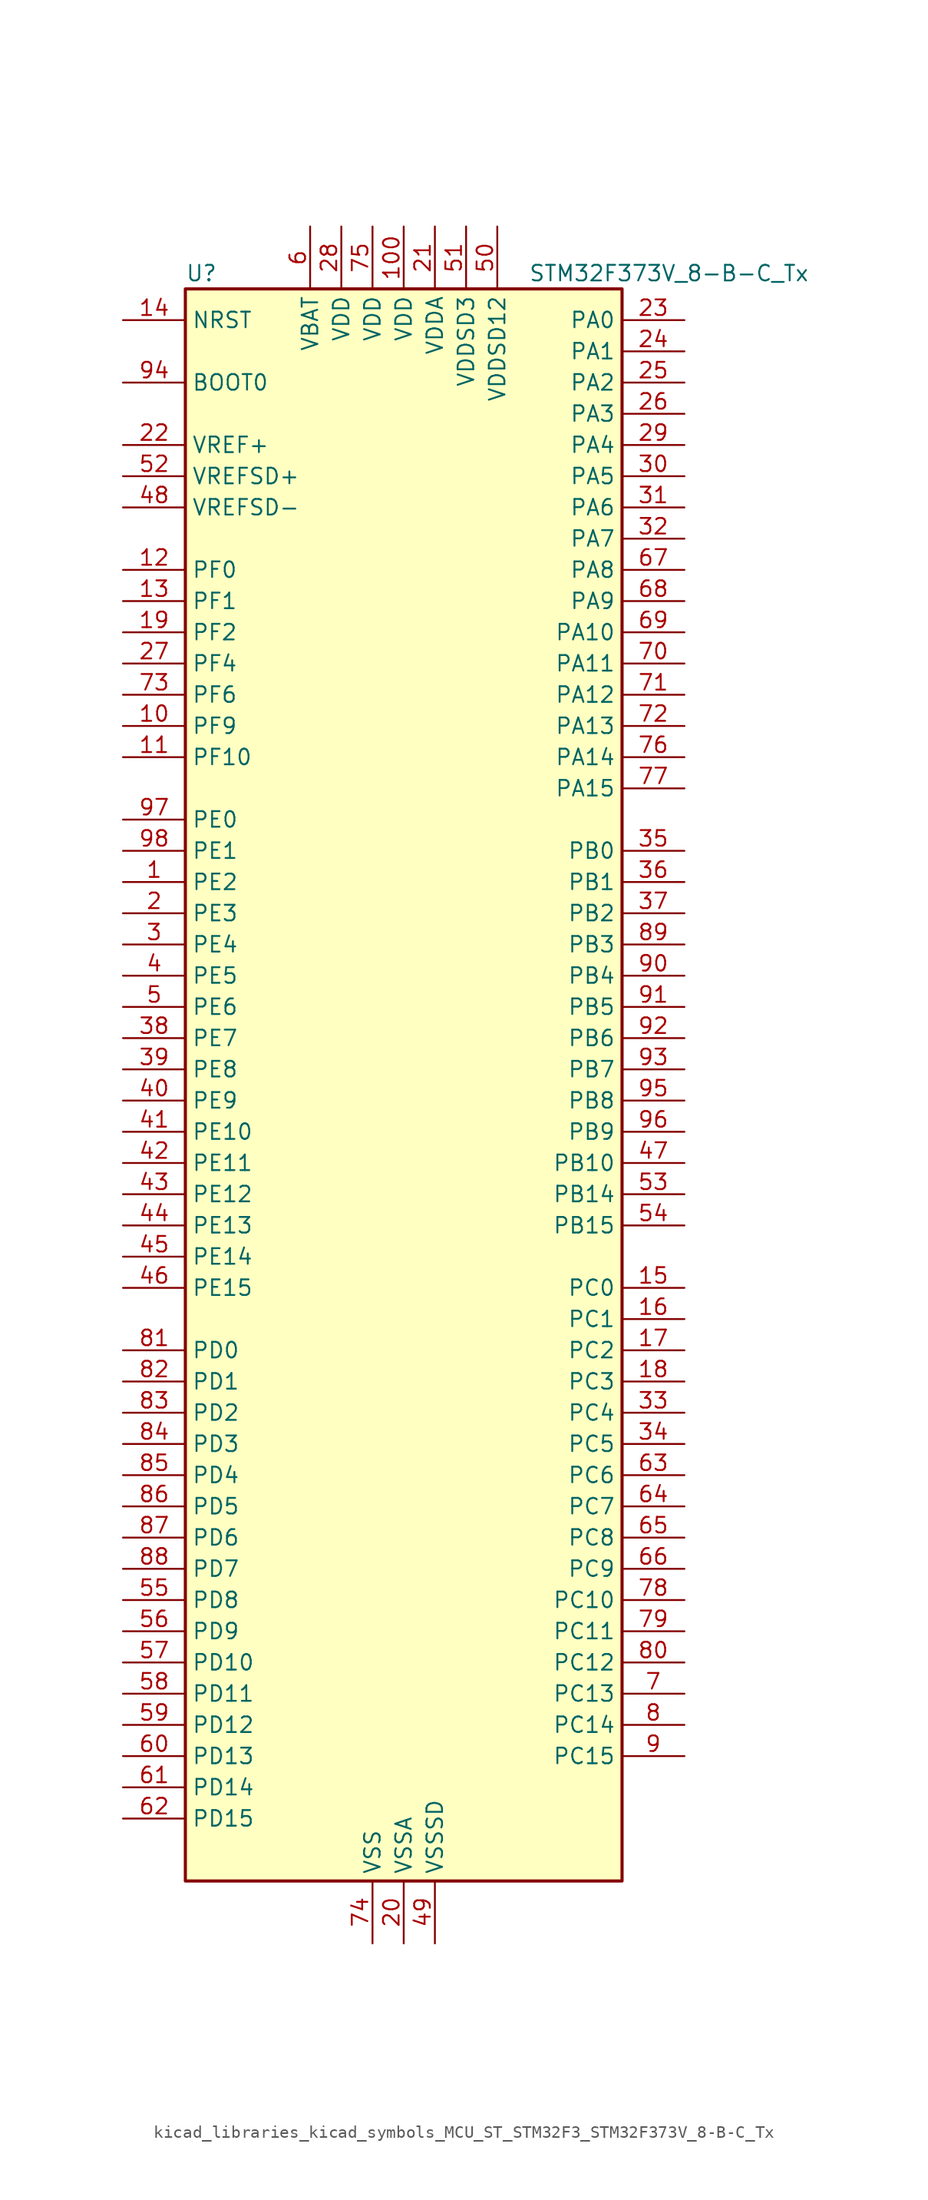
<source format=kicad_sym>
(kicad_symbol_lib
  (version 20220914)
  (generator kicad_symbol_editor)
  (symbol "kicad_libraries_kicad_symbols_MCU_ST_STM32F3_STM32F373V_8-B-C_Tx"
    (property "Reference" "U"
      (at -17.78 67.31 0)
      (effects (font (size 1.27 1.27)) (justify left)))
    (property "Value" "STM32F373V_8-B-C_Tx"
      (at 10.16 67.31 0)
      (effects (font (size 1.27 1.27)) (justify left)))
    (property "ki_locked" ""
      (at 0 0 0)
      (effects (font (size 1.27 1.27))))
    (symbol "kicad_libraries_kicad_symbols_MCU_ST_STM32F3_STM32F373V_8-B-C_Tx_0_1"
      (rectangle (start -17.78 -63.5) (end 17.78 66.04) (stroke (width 0.254) (type default)) (fill (type background))))
    (symbol "kicad_libraries_kicad_symbols_MCU_ST_STM32F3_STM32F373V_8-B-C_Tx_1_1"
      (pin bidirectional line (at -22.86 17.78 0) (length 5.08) (name "PE2" (effects (font (size 1.27 1.27)))) (number "1" (effects (font (size 1.27 1.27)))) (alternate "SYS_TRACECK" bidirectional line) (alternate "TSC_G7_IO1" bidirectional line))
      (pin bidirectional line (at -22.86 30.48 0) (length 5.08) (name "PF9" (effects (font (size 1.27 1.27)))) (number "10" (effects (font (size 1.27 1.27)))) (alternate "DAC1_EXTI9" bidirectional line) (alternate "DAC2_EXTI9" bidirectional line) (alternate "TIM14_CH1" bidirectional line))
      (pin power_in line (at 0 71.12 270) (length 5.08) (name "VDD" (effects (font (size 1.27 1.27)))) (number "100" (effects (font (size 1.27 1.27)))))
      (pin bidirectional line (at -22.86 27.94 0) (length 5.08) (name "PF10" (effects (font (size 1.27 1.27)))) (number "11" (effects (font (size 1.27 1.27)))))
      (pin bidirectional line (at -22.86 43.18 0) (length 5.08) (name "PF0" (effects (font (size 1.27 1.27)))) (number "12" (effects (font (size 1.27 1.27)))) (alternate "I2C2_SDA" bidirectional line) (alternate "RCC_OSC_IN" bidirectional line))
      (pin bidirectional line (at -22.86 40.64 0) (length 5.08) (name "PF1" (effects (font (size 1.27 1.27)))) (number "13" (effects (font (size 1.27 1.27)))) (alternate "I2C2_SCL" bidirectional line) (alternate "RCC_OSC_OUT" bidirectional line))
      (pin input line (at -22.86 63.5 0) (length 5.08) (name "NRST" (effects (font (size 1.27 1.27)))) (number "14" (effects (font (size 1.27 1.27)))))
      (pin bidirectional line (at 22.86 -15.24 180) (length 5.08) (name "PC0" (effects (font (size 1.27 1.27)))) (number "15" (effects (font (size 1.27 1.27)))) (alternate "ADC1_IN10" bidirectional line) (alternate "TIM5_CH1" bidirectional line) (alternate "TIM5_ETR" bidirectional line))
      (pin bidirectional line (at 22.86 -17.78 180) (length 5.08) (name "PC1" (effects (font (size 1.27 1.27)))) (number "16" (effects (font (size 1.27 1.27)))) (alternate "ADC1_IN11" bidirectional line) (alternate "TIM5_CH2" bidirectional line))
      (pin bidirectional line (at 22.86 -20.32 180) (length 5.08) (name "PC2" (effects (font (size 1.27 1.27)))) (number "17" (effects (font (size 1.27 1.27)))) (alternate "ADC1_IN12" bidirectional line) (alternate "I2S2_MCK" bidirectional line) (alternate "SPI2_MISO" bidirectional line) (alternate "TIM5_CH3" bidirectional line))
      (pin bidirectional line (at 22.86 -22.86 180) (length 5.08) (name "PC3" (effects (font (size 1.27 1.27)))) (number "18" (effects (font (size 1.27 1.27)))) (alternate "ADC1_IN13" bidirectional line) (alternate "I2S2_SD" bidirectional line) (alternate "SPI2_MOSI" bidirectional line) (alternate "TIM5_CH4" bidirectional line))
      (pin bidirectional line (at -22.86 38.1 0) (length 5.08) (name "PF2" (effects (font (size 1.27 1.27)))) (number "19" (effects (font (size 1.27 1.27)))) (alternate "I2C2_SMBA" bidirectional line))
      (pin bidirectional line (at -22.86 15.24 0) (length 5.08) (name "PE3" (effects (font (size 1.27 1.27)))) (number "2" (effects (font (size 1.27 1.27)))) (alternate "SYS_TRACED0" bidirectional line) (alternate "TSC_G7_IO2" bidirectional line))
      (pin power_in line (at 0 -68.58 90) (length 5.08) (name "VSSA" (effects (font (size 1.27 1.27)))) (number "20" (effects (font (size 1.27 1.27)))))
      (pin power_in line (at 2.54 71.12 270) (length 5.08) (name "VDDA" (effects (font (size 1.27 1.27)))) (number "21" (effects (font (size 1.27 1.27)))))
      (pin input line (at -22.86 53.34 0) (length 5.08) (name "VREF+" (effects (font (size 1.27 1.27)))) (number "22" (effects (font (size 1.27 1.27)))))
      (pin bidirectional line (at 22.86 63.5 180) (length 5.08) (name "PA0" (effects (font (size 1.27 1.27)))) (number "23" (effects (font (size 1.27 1.27)))) (alternate "ADC1_IN0" bidirectional line) (alternate "COMP1_INM" bidirectional line) (alternate "COMP1_OUT" bidirectional line) (alternate "RTC_TAMP2" bidirectional line) (alternate "SYS_WKUP1" bidirectional line) (alternate "TIM19_CH1" bidirectional line) (alternate "TIM2_CH1" bidirectional line) (alternate "TIM2_ETR" bidirectional line) (alternate "TIM5_CH1" bidirectional line) (alternate "TIM5_ETR" bidirectional line) (alternate "TSC_G1_IO1" bidirectional line) (alternate "USART2_CTS" bidirectional line))
      (pin bidirectional line (at 22.86 60.96 180) (length 5.08) (name "PA1" (effects (font (size 1.27 1.27)))) (number "24" (effects (font (size 1.27 1.27)))) (alternate "ADC1_IN1" bidirectional line) (alternate "COMP1_INP" bidirectional line) (alternate "I2S3_CK" bidirectional line) (alternate "RTC_REFIN" bidirectional line) (alternate "SPI3_SCK" bidirectional line) (alternate "TIM15_CH1N" bidirectional line) (alternate "TIM19_CH2" bidirectional line) (alternate "TIM2_CH2" bidirectional line) (alternate "TIM5_CH2" bidirectional line) (alternate "TSC_G1_IO2" bidirectional line) (alternate "USART2_DE" bidirectional line) (alternate "USART2_RTS" bidirectional line))
      (pin bidirectional line (at 22.86 58.42 180) (length 5.08) (name "PA2" (effects (font (size 1.27 1.27)))) (number "25" (effects (font (size 1.27 1.27)))) (alternate "ADC1_IN2" bidirectional line) (alternate "COMP2_INM" bidirectional line) (alternate "COMP2_OUT" bidirectional line) (alternate "I2S3_MCK" bidirectional line) (alternate "SPI3_MISO" bidirectional line) (alternate "TIM15_CH1" bidirectional line) (alternate "TIM19_CH3" bidirectional line) (alternate "TIM2_CH3" bidirectional line) (alternate "TIM5_CH3" bidirectional line) (alternate "TSC_G1_IO3" bidirectional line) (alternate "USART2_TX" bidirectional line))
      (pin bidirectional line (at 22.86 55.88 180) (length 5.08) (name "PA3" (effects (font (size 1.27 1.27)))) (number "26" (effects (font (size 1.27 1.27)))) (alternate "ADC1_IN3" bidirectional line) (alternate "COMP2_INP" bidirectional line) (alternate "I2S3_SD" bidirectional line) (alternate "SPI3_MOSI" bidirectional line) (alternate "TIM15_CH2" bidirectional line) (alternate "TIM19_CH4" bidirectional line) (alternate "TIM2_CH4" bidirectional line) (alternate "TIM5_CH4" bidirectional line) (alternate "TSC_G1_IO4" bidirectional line) (alternate "USART2_RX" bidirectional line))
      (pin bidirectional line (at -22.86 35.56 0) (length 5.08) (name "PF4" (effects (font (size 1.27 1.27)))) (number "27" (effects (font (size 1.27 1.27)))))
      (pin power_in line (at -5.08 71.12 270) (length 5.08) (name "VDD" (effects (font (size 1.27 1.27)))) (number "28" (effects (font (size 1.27 1.27)))))
      (pin bidirectional line (at 22.86 53.34 180) (length 5.08) (name "PA4" (effects (font (size 1.27 1.27)))) (number "29" (effects (font (size 1.27 1.27)))) (alternate "ADC1_IN4" bidirectional line) (alternate "DAC1_OUT1" bidirectional line) (alternate "I2S1_WS" bidirectional line) (alternate "I2S3_WS" bidirectional line) (alternate "SPI1_NSS" bidirectional line) (alternate "SPI3_NSS" bidirectional line) (alternate "TIM12_CH1" bidirectional line) (alternate "TIM3_CH2" bidirectional line) (alternate "TSC_G2_IO1" bidirectional line) (alternate "USART2_CK" bidirectional line))
      (pin bidirectional line (at -22.86 12.7 0) (length 5.08) (name "PE4" (effects (font (size 1.27 1.27)))) (number "3" (effects (font (size 1.27 1.27)))) (alternate "SYS_TRACED1" bidirectional line) (alternate "TSC_G7_IO3" bidirectional line))
      (pin bidirectional line (at 22.86 50.8 180) (length 5.08) (name "PA5" (effects (font (size 1.27 1.27)))) (number "30" (effects (font (size 1.27 1.27)))) (alternate "ADC1_IN5" bidirectional line) (alternate "CEC" bidirectional line) (alternate "DAC1_OUT2" bidirectional line) (alternate "I2S1_CK" bidirectional line) (alternate "SPI1_SCK" bidirectional line) (alternate "TIM12_CH2" bidirectional line) (alternate "TIM14_CH1" bidirectional line) (alternate "TIM2_CH1" bidirectional line) (alternate "TIM2_ETR" bidirectional line) (alternate "TSC_G2_IO2" bidirectional line))
      (pin bidirectional line (at 22.86 48.26 180) (length 5.08) (name "PA6" (effects (font (size 1.27 1.27)))) (number "31" (effects (font (size 1.27 1.27)))) (alternate "ADC1_IN6" bidirectional line) (alternate "COMP1_OUT" bidirectional line) (alternate "DAC2_OUT1" bidirectional line) (alternate "I2S1_MCK" bidirectional line) (alternate "SPI1_MISO" bidirectional line) (alternate "TIM13_CH1" bidirectional line) (alternate "TIM16_CH1" bidirectional line) (alternate "TIM3_CH1" bidirectional line) (alternate "TSC_G2_IO3" bidirectional line))
      (pin bidirectional line (at 22.86 45.72 180) (length 5.08) (name "PA7" (effects (font (size 1.27 1.27)))) (number "32" (effects (font (size 1.27 1.27)))) (alternate "ADC1_IN7" bidirectional line) (alternate "COMP2_OUT" bidirectional line) (alternate "I2S1_SD" bidirectional line) (alternate "SPI1_MOSI" bidirectional line) (alternate "TIM14_CH1" bidirectional line) (alternate "TIM17_CH1" bidirectional line) (alternate "TIM3_CH2" bidirectional line) (alternate "TSC_G2_IO4" bidirectional line))
      (pin bidirectional line (at 22.86 -25.4 180) (length 5.08) (name "PC4" (effects (font (size 1.27 1.27)))) (number "33" (effects (font (size 1.27 1.27)))) (alternate "ADC1_IN14" bidirectional line) (alternate "TIM13_CH1" bidirectional line) (alternate "TSC_G3_IO1" bidirectional line) (alternate "USART1_TX" bidirectional line))
      (pin bidirectional line (at 22.86 -27.94 180) (length 5.08) (name "PC5" (effects (font (size 1.27 1.27)))) (number "34" (effects (font (size 1.27 1.27)))) (alternate "ADC1_IN15" bidirectional line) (alternate "TSC_G3_IO2" bidirectional line) (alternate "USART1_RX" bidirectional line))
      (pin bidirectional line (at 22.86 20.32 180) (length 5.08) (name "PB0" (effects (font (size 1.27 1.27)))) (number "35" (effects (font (size 1.27 1.27)))) (alternate "ADC1_IN8" bidirectional line) (alternate "I2S1_SD" bidirectional line) (alternate "SDADC1_AIN6P" bidirectional line) (alternate "SPI1_MOSI" bidirectional line) (alternate "TIM3_CH2" bidirectional line) (alternate "TIM3_CH3" bidirectional line) (alternate "TSC_G3_IO3" bidirectional line))
      (pin bidirectional line (at 22.86 17.78 180) (length 5.08) (name "PB1" (effects (font (size 1.27 1.27)))) (number "36" (effects (font (size 1.27 1.27)))) (alternate "ADC1_IN9" bidirectional line) (alternate "SDADC1_AIN5P" bidirectional line) (alternate "SDADC1_AIN6M" bidirectional line) (alternate "TIM3_CH4" bidirectional line) (alternate "TSC_G3_IO4" bidirectional line))
      (pin bidirectional line (at 22.86 15.24 180) (length 5.08) (name "PB2" (effects (font (size 1.27 1.27)))) (number "37" (effects (font (size 1.27 1.27)))) (alternate "SDADC1_AIN4P" bidirectional line) (alternate "SDADC2_AIN6P" bidirectional line))
      (pin bidirectional line (at -22.86 5.08 0) (length 5.08) (name "PE7" (effects (font (size 1.27 1.27)))) (number "38" (effects (font (size 1.27 1.27)))) (alternate "SDADC1_AIN3P" bidirectional line) (alternate "SDADC1_AIN4M" bidirectional line) (alternate "SDADC2_AIN5P" bidirectional line) (alternate "SDADC2_AIN6M" bidirectional line))
      (pin bidirectional line (at -22.86 2.54 0) (length 5.08) (name "PE8" (effects (font (size 1.27 1.27)))) (number "39" (effects (font (size 1.27 1.27)))) (alternate "SDADC1_AIN8P" bidirectional line) (alternate "SDADC2_AIN8P" bidirectional line))
      (pin bidirectional line (at -22.86 10.16 0) (length 5.08) (name "PE5" (effects (font (size 1.27 1.27)))) (number "4" (effects (font (size 1.27 1.27)))) (alternate "SYS_TRACED2" bidirectional line) (alternate "TSC_G7_IO4" bidirectional line))
      (pin bidirectional line (at -22.86 0 0) (length 5.08) (name "PE9" (effects (font (size 1.27 1.27)))) (number "40" (effects (font (size 1.27 1.27)))) (alternate "DAC1_EXTI9" bidirectional line) (alternate "DAC2_EXTI9" bidirectional line) (alternate "SDADC1_AIN7P" bidirectional line) (alternate "SDADC1_AIN8M" bidirectional line) (alternate "SDADC2_AIN7P" bidirectional line) (alternate "SDADC2_AIN8M" bidirectional line))
      (pin bidirectional line (at -22.86 -2.54 0) (length 5.08) (name "PE10" (effects (font (size 1.27 1.27)))) (number "41" (effects (font (size 1.27 1.27)))) (alternate "SDADC1_AIN2P" bidirectional line))
      (pin bidirectional line (at -22.86 -5.08 0) (length 5.08) (name "PE11" (effects (font (size 1.27 1.27)))) (number "42" (effects (font (size 1.27 1.27)))) (alternate "ADC1_EXTI11" bidirectional line) (alternate "SDADC1_AIN1P" bidirectional line) (alternate "SDADC1_AIN2M" bidirectional line) (alternate "SDADC1_EXTI11" bidirectional line) (alternate "SDADC2_AIN4P" bidirectional line) (alternate "SDADC2_EXTI11" bidirectional line) (alternate "SDADC3_EXTI11" bidirectional line))
      (pin bidirectional line (at -22.86 -7.62 0) (length 5.08) (name "PE12" (effects (font (size 1.27 1.27)))) (number "43" (effects (font (size 1.27 1.27)))) (alternate "SDADC1_AIN0P" bidirectional line) (alternate "SDADC2_AIN3P" bidirectional line) (alternate "SDADC2_AIN4M" bidirectional line))
      (pin bidirectional line (at -22.86 -10.16 0) (length 5.08) (name "PE13" (effects (font (size 1.27 1.27)))) (number "44" (effects (font (size 1.27 1.27)))) (alternate "SDADC1_AIN0M" bidirectional line) (alternate "SDADC2_AIN2P" bidirectional line))
      (pin bidirectional line (at -22.86 -12.7 0) (length 5.08) (name "PE14" (effects (font (size 1.27 1.27)))) (number "45" (effects (font (size 1.27 1.27)))) (alternate "SDADC2_AIN1P" bidirectional line) (alternate "SDADC2_AIN2M" bidirectional line))
      (pin bidirectional line (at -22.86 -15.24 0) (length 5.08) (name "PE15" (effects (font (size 1.27 1.27)))) (number "46" (effects (font (size 1.27 1.27)))) (alternate "ADC1_EXTI15" bidirectional line) (alternate "SDADC1_EXTI15" bidirectional line) (alternate "SDADC2_AIN0P" bidirectional line) (alternate "SDADC2_EXTI15" bidirectional line) (alternate "SDADC3_EXTI15" bidirectional line) (alternate "USART3_RX" bidirectional line))
      (pin bidirectional line (at 22.86 -5.08 180) (length 5.08) (name "PB10" (effects (font (size 1.27 1.27)))) (number "47" (effects (font (size 1.27 1.27)))) (alternate "CEC" bidirectional line) (alternate "I2S2_CK" bidirectional line) (alternate "SDADC2_AIN0M" bidirectional line) (alternate "SPI2_SCK" bidirectional line) (alternate "TIM2_CH3" bidirectional line) (alternate "TSC_SYNC" bidirectional line) (alternate "USART3_TX" bidirectional line))
      (pin input line (at -22.86 48.26 0) (length 5.08) (name "VREFSD-" (effects (font (size 1.27 1.27)))) (number "48" (effects (font (size 1.27 1.27)))))
      (pin power_in line (at 2.54 -68.58 90) (length 5.08) (name "VSSSD" (effects (font (size 1.27 1.27)))) (number "49" (effects (font (size 1.27 1.27)))))
      (pin bidirectional line (at -22.86 7.62 0) (length 5.08) (name "PE6" (effects (font (size 1.27 1.27)))) (number "5" (effects (font (size 1.27 1.27)))) (alternate "RTC_TAMP3" bidirectional line) (alternate "SYS_TRACED3" bidirectional line) (alternate "SYS_WKUP3" bidirectional line))
      (pin power_in line (at 7.62 71.12 270) (length 5.08) (name "VDDSD12" (effects (font (size 1.27 1.27)))) (number "50" (effects (font (size 1.27 1.27)))))
      (pin power_in line (at 5.08 71.12 270) (length 5.08) (name "VDDSD3" (effects (font (size 1.27 1.27)))) (number "51" (effects (font (size 1.27 1.27)))))
      (pin input line (at -22.86 50.8 0) (length 5.08) (name "VREFSD+" (effects (font (size 1.27 1.27)))) (number "52" (effects (font (size 1.27 1.27)))))
      (pin bidirectional line (at 22.86 -7.62 180) (length 5.08) (name "PB14" (effects (font (size 1.27 1.27)))) (number "53" (effects (font (size 1.27 1.27)))) (alternate "I2S2_MCK" bidirectional line) (alternate "SDADC3_AIN8P" bidirectional line) (alternate "SPI2_MISO" bidirectional line) (alternate "TIM12_CH1" bidirectional line) (alternate "TIM15_CH1" bidirectional line) (alternate "TSC_G6_IO1" bidirectional line) (alternate "USART3_DE" bidirectional line) (alternate "USART3_RTS" bidirectional line))
      (pin bidirectional line (at 22.86 -10.16 180) (length 5.08) (name "PB15" (effects (font (size 1.27 1.27)))) (number "54" (effects (font (size 1.27 1.27)))) (alternate "ADC1_EXTI15" bidirectional line) (alternate "I2S2_SD" bidirectional line) (alternate "RTC_REFIN" bidirectional line) (alternate "SDADC1_EXTI15" bidirectional line) (alternate "SDADC2_EXTI15" bidirectional line) (alternate "SDADC3_AIN7P" bidirectional line) (alternate "SDADC3_AIN8M" bidirectional line) (alternate "SDADC3_EXTI15" bidirectional line) (alternate "SPI2_MOSI" bidirectional line) (alternate "TIM12_CH2" bidirectional line) (alternate "TIM15_CH1N" bidirectional line) (alternate "TIM15_CH2" bidirectional line) (alternate "TSC_G6_IO2" bidirectional line))
      (pin bidirectional line (at -22.86 -40.64 0) (length 5.08) (name "PD8" (effects (font (size 1.27 1.27)))) (number "55" (effects (font (size 1.27 1.27)))) (alternate "I2S2_CK" bidirectional line) (alternate "SDADC3_AIN6P" bidirectional line) (alternate "SPI2_SCK" bidirectional line) (alternate "TSC_G6_IO3" bidirectional line) (alternate "USART3_TX" bidirectional line))
      (pin bidirectional line (at -22.86 -43.18 0) (length 5.08) (name "PD9" (effects (font (size 1.27 1.27)))) (number "56" (effects (font (size 1.27 1.27)))) (alternate "DAC1_EXTI9" bidirectional line) (alternate "DAC2_EXTI9" bidirectional line) (alternate "SDADC3_AIN5P" bidirectional line) (alternate "SDADC3_AIN6M" bidirectional line) (alternate "TSC_G6_IO4" bidirectional line) (alternate "USART3_RX" bidirectional line))
      (pin bidirectional line (at -22.86 -45.72 0) (length 5.08) (name "PD10" (effects (font (size 1.27 1.27)))) (number "57" (effects (font (size 1.27 1.27)))) (alternate "SDADC3_AIN4P" bidirectional line) (alternate "USART3_CK" bidirectional line))
      (pin bidirectional line (at -22.86 -48.26 0) (length 5.08) (name "PD11" (effects (font (size 1.27 1.27)))) (number "58" (effects (font (size 1.27 1.27)))) (alternate "ADC1_EXTI11" bidirectional line) (alternate "SDADC1_EXTI11" bidirectional line) (alternate "SDADC2_EXTI11" bidirectional line) (alternate "SDADC3_AIN3P" bidirectional line) (alternate "SDADC3_AIN4M" bidirectional line) (alternate "SDADC3_EXTI11" bidirectional line) (alternate "USART3_CTS" bidirectional line))
      (pin bidirectional line (at -22.86 -50.8 0) (length 5.08) (name "PD12" (effects (font (size 1.27 1.27)))) (number "59" (effects (font (size 1.27 1.27)))) (alternate "SDADC3_AIN2P" bidirectional line) (alternate "TIM4_CH1" bidirectional line) (alternate "TSC_G8_IO1" bidirectional line) (alternate "USART3_DE" bidirectional line) (alternate "USART3_RTS" bidirectional line))
      (pin power_in line (at -7.62 71.12 270) (length 5.08) (name "VBAT" (effects (font (size 1.27 1.27)))) (number "6" (effects (font (size 1.27 1.27)))))
      (pin bidirectional line (at -22.86 -53.34 0) (length 5.08) (name "PD13" (effects (font (size 1.27 1.27)))) (number "60" (effects (font (size 1.27 1.27)))) (alternate "SDADC3_AIN1P" bidirectional line) (alternate "SDADC3_AIN2M" bidirectional line) (alternate "TIM4_CH2" bidirectional line) (alternate "TSC_G8_IO2" bidirectional line))
      (pin bidirectional line (at -22.86 -55.88 0) (length 5.08) (name "PD14" (effects (font (size 1.27 1.27)))) (number "61" (effects (font (size 1.27 1.27)))) (alternate "SDADC3_AIN0P" bidirectional line) (alternate "TIM4_CH3" bidirectional line) (alternate "TSC_G8_IO3" bidirectional line))
      (pin bidirectional line (at -22.86 -58.42 0) (length 5.08) (name "PD15" (effects (font (size 1.27 1.27)))) (number "62" (effects (font (size 1.27 1.27)))) (alternate "ADC1_EXTI15" bidirectional line) (alternate "SDADC1_EXTI15" bidirectional line) (alternate "SDADC2_EXTI15" bidirectional line) (alternate "SDADC3_AIN0M" bidirectional line) (alternate "SDADC3_EXTI15" bidirectional line) (alternate "TIM4_CH4" bidirectional line) (alternate "TSC_G8_IO4" bidirectional line))
      (pin bidirectional line (at 22.86 -30.48 180) (length 5.08) (name "PC6" (effects (font (size 1.27 1.27)))) (number "63" (effects (font (size 1.27 1.27)))) (alternate "I2S1_WS" bidirectional line) (alternate "SPI1_NSS" bidirectional line) (alternate "TIM3_CH1" bidirectional line))
      (pin bidirectional line (at 22.86 -33.02 180) (length 5.08) (name "PC7" (effects (font (size 1.27 1.27)))) (number "64" (effects (font (size 1.27 1.27)))) (alternate "I2S1_CK" bidirectional line) (alternate "SPI1_SCK" bidirectional line) (alternate "TIM3_CH2" bidirectional line))
      (pin bidirectional line (at 22.86 -35.56 180) (length 5.08) (name "PC8" (effects (font (size 1.27 1.27)))) (number "65" (effects (font (size 1.27 1.27)))) (alternate "I2S1_MCK" bidirectional line) (alternate "SPI1_MISO" bidirectional line) (alternate "TIM3_CH3" bidirectional line))
      (pin bidirectional line (at 22.86 -38.1 180) (length 5.08) (name "PC9" (effects (font (size 1.27 1.27)))) (number "66" (effects (font (size 1.27 1.27)))) (alternate "DAC1_EXTI9" bidirectional line) (alternate "DAC2_EXTI9" bidirectional line) (alternate "I2S1_SD" bidirectional line) (alternate "SPI1_MOSI" bidirectional line) (alternate "TIM3_CH4" bidirectional line))
      (pin bidirectional line (at 22.86 43.18 180) (length 5.08) (name "PA8" (effects (font (size 1.27 1.27)))) (number "67" (effects (font (size 1.27 1.27)))) (alternate "I2C2_SMBA" bidirectional line) (alternate "I2S2_CK" bidirectional line) (alternate "RCC_MCO" bidirectional line) (alternate "SPI2_SCK" bidirectional line) (alternate "TIM4_ETR" bidirectional line) (alternate "TIM5_CH1" bidirectional line) (alternate "TIM5_ETR" bidirectional line) (alternate "USART1_CK" bidirectional line))
      (pin bidirectional line (at 22.86 40.64 180) (length 5.08) (name "PA9" (effects (font (size 1.27 1.27)))) (number "68" (effects (font (size 1.27 1.27)))) (alternate "DAC1_EXTI9" bidirectional line) (alternate "DAC2_EXTI9" bidirectional line) (alternate "I2C2_SCL" bidirectional line) (alternate "I2S2_MCK" bidirectional line) (alternate "SPI2_MISO" bidirectional line) (alternate "TIM13_CH1" bidirectional line) (alternate "TIM15_BKIN" bidirectional line) (alternate "TIM2_CH3" bidirectional line) (alternate "TSC_G4_IO1" bidirectional line) (alternate "USART1_TX" bidirectional line))
      (pin bidirectional line (at 22.86 38.1 180) (length 5.08) (name "PA10" (effects (font (size 1.27 1.27)))) (number "69" (effects (font (size 1.27 1.27)))) (alternate "I2C2_SDA" bidirectional line) (alternate "I2S2_SD" bidirectional line) (alternate "SPI2_MOSI" bidirectional line) (alternate "TIM14_CH1" bidirectional line) (alternate "TIM17_BKIN" bidirectional line) (alternate "TIM2_CH4" bidirectional line) (alternate "TSC_G4_IO2" bidirectional line) (alternate "USART1_RX" bidirectional line))
      (pin bidirectional line (at 22.86 -48.26 180) (length 5.08) (name "PC13" (effects (font (size 1.27 1.27)))) (number "7" (effects (font (size 1.27 1.27)))) (alternate "RTC_OUT_ALARM" bidirectional line) (alternate "RTC_OUT_CALIB" bidirectional line) (alternate "RTC_TAMP1" bidirectional line) (alternate "RTC_TS" bidirectional line) (alternate "SYS_WKUP2" bidirectional line))
      (pin bidirectional line (at 22.86 35.56 180) (length 5.08) (name "PA11" (effects (font (size 1.27 1.27)))) (number "70" (effects (font (size 1.27 1.27)))) (alternate "ADC1_EXTI11" bidirectional line) (alternate "CAN_RX" bidirectional line) (alternate "COMP1_OUT" bidirectional line) (alternate "I2S1_WS" bidirectional line) (alternate "I2S2_WS" bidirectional line) (alternate "SDADC1_EXTI11" bidirectional line) (alternate "SDADC2_EXTI11" bidirectional line) (alternate "SDADC3_EXTI11" bidirectional line) (alternate "SPI1_NSS" bidirectional line) (alternate "SPI2_NSS" bidirectional line) (alternate "TIM4_CH1" bidirectional line) (alternate "TIM5_CH2" bidirectional line) (alternate "USART1_CTS" bidirectional line) (alternate "USB_DM" bidirectional line))
      (pin bidirectional line (at 22.86 33.02 180) (length 5.08) (name "PA12" (effects (font (size 1.27 1.27)))) (number "71" (effects (font (size 1.27 1.27)))) (alternate "CAN_TX" bidirectional line) (alternate "COMP2_OUT" bidirectional line) (alternate "I2S1_CK" bidirectional line) (alternate "SPI1_SCK" bidirectional line) (alternate "TIM16_CH1" bidirectional line) (alternate "TIM4_CH2" bidirectional line) (alternate "TIM5_CH3" bidirectional line) (alternate "USART1_DE" bidirectional line) (alternate "USART1_RTS" bidirectional line) (alternate "USB_DP" bidirectional line))
      (pin bidirectional line (at 22.86 30.48 180) (length 5.08) (name "PA13" (effects (font (size 1.27 1.27)))) (number "72" (effects (font (size 1.27 1.27)))) (alternate "I2S1_MCK" bidirectional line) (alternate "IR_OUT" bidirectional line) (alternate "SPI1_MISO" bidirectional line) (alternate "SYS_JTMS-SWDIO" bidirectional line) (alternate "TIM16_CH1N" bidirectional line) (alternate "TIM4_CH3" bidirectional line) (alternate "TIM5_CH4" bidirectional line) (alternate "TSC_G4_IO3" bidirectional line) (alternate "USART3_CTS" bidirectional line))
      (pin bidirectional line (at -22.86 33.02 0) (length 5.08) (name "PF6" (effects (font (size 1.27 1.27)))) (number "73" (effects (font (size 1.27 1.27)))) (alternate "I2C2_SCL" bidirectional line) (alternate "I2S1_SD" bidirectional line) (alternate "SPI1_MOSI" bidirectional line) (alternate "TIM4_CH4" bidirectional line) (alternate "USART3_DE" bidirectional line) (alternate "USART3_RTS" bidirectional line))
      (pin power_in line (at -2.54 -68.58 90) (length 5.08) (name "VSS" (effects (font (size 1.27 1.27)))) (number "74" (effects (font (size 1.27 1.27)))))
      (pin power_in line (at -2.54 71.12 270) (length 5.08) (name "VDD" (effects (font (size 1.27 1.27)))) (number "75" (effects (font (size 1.27 1.27)))))
      (pin bidirectional line (at 22.86 27.94 180) (length 5.08) (name "PA14" (effects (font (size 1.27 1.27)))) (number "76" (effects (font (size 1.27 1.27)))) (alternate "I2C1_SDA" bidirectional line) (alternate "SYS_JTCK-SWCLK" bidirectional line) (alternate "TIM12_CH1" bidirectional line) (alternate "TSC_G4_IO4" bidirectional line))
      (pin bidirectional line (at 22.86 25.4 180) (length 5.08) (name "PA15" (effects (font (size 1.27 1.27)))) (number "77" (effects (font (size 1.27 1.27)))) (alternate "ADC1_EXTI15" bidirectional line) (alternate "I2C1_SCL" bidirectional line) (alternate "I2S1_WS" bidirectional line) (alternate "I2S3_WS" bidirectional line) (alternate "SDADC1_EXTI15" bidirectional line) (alternate "SDADC2_EXTI15" bidirectional line) (alternate "SDADC3_EXTI15" bidirectional line) (alternate "SPI1_NSS" bidirectional line) (alternate "SPI3_NSS" bidirectional line) (alternate "SYS_JTDI" bidirectional line) (alternate "TIM12_CH2" bidirectional line) (alternate "TIM2_CH1" bidirectional line) (alternate "TIM2_ETR" bidirectional line) (alternate "TSC_SYNC" bidirectional line))
      (pin bidirectional line (at 22.86 -40.64 180) (length 5.08) (name "PC10" (effects (font (size 1.27 1.27)))) (number "78" (effects (font (size 1.27 1.27)))) (alternate "I2S3_CK" bidirectional line) (alternate "SPI3_SCK" bidirectional line) (alternate "TIM19_CH1" bidirectional line) (alternate "USART3_TX" bidirectional line))
      (pin bidirectional line (at 22.86 -43.18 180) (length 5.08) (name "PC11" (effects (font (size 1.27 1.27)))) (number "79" (effects (font (size 1.27 1.27)))) (alternate "ADC1_EXTI11" bidirectional line) (alternate "I2S3_MCK" bidirectional line) (alternate "SDADC1_EXTI11" bidirectional line) (alternate "SDADC2_EXTI11" bidirectional line) (alternate "SDADC3_EXTI11" bidirectional line) (alternate "SPI3_MISO" bidirectional line) (alternate "TIM19_CH2" bidirectional line) (alternate "USART3_RX" bidirectional line))
      (pin bidirectional line (at 22.86 -50.8 180) (length 5.08) (name "PC14" (effects (font (size 1.27 1.27)))) (number "8" (effects (font (size 1.27 1.27)))) (alternate "RCC_OSC32_IN" bidirectional line))
      (pin bidirectional line (at 22.86 -45.72 180) (length 5.08) (name "PC12" (effects (font (size 1.27 1.27)))) (number "80" (effects (font (size 1.27 1.27)))) (alternate "I2S3_SD" bidirectional line) (alternate "SPI3_MOSI" bidirectional line) (alternate "TIM19_CH3" bidirectional line) (alternate "USART3_CK" bidirectional line))
      (pin bidirectional line (at -22.86 -20.32 0) (length 5.08) (name "PD0" (effects (font (size 1.27 1.27)))) (number "81" (effects (font (size 1.27 1.27)))) (alternate "CAN_RX" bidirectional line) (alternate "TIM19_CH4" bidirectional line))
      (pin bidirectional line (at -22.86 -22.86 0) (length 5.08) (name "PD1" (effects (font (size 1.27 1.27)))) (number "82" (effects (font (size 1.27 1.27)))) (alternate "CAN_TX" bidirectional line) (alternate "TIM19_ETR" bidirectional line))
      (pin bidirectional line (at -22.86 -25.4 0) (length 5.08) (name "PD2" (effects (font (size 1.27 1.27)))) (number "83" (effects (font (size 1.27 1.27)))) (alternate "TIM3_ETR" bidirectional line))
      (pin bidirectional line (at -22.86 -27.94 0) (length 5.08) (name "PD3" (effects (font (size 1.27 1.27)))) (number "84" (effects (font (size 1.27 1.27)))) (alternate "I2S2_MCK" bidirectional line) (alternate "SPI2_MISO" bidirectional line) (alternate "USART2_CTS" bidirectional line))
      (pin bidirectional line (at -22.86 -30.48 0) (length 5.08) (name "PD4" (effects (font (size 1.27 1.27)))) (number "85" (effects (font (size 1.27 1.27)))) (alternate "I2S2_SD" bidirectional line) (alternate "SPI2_MOSI" bidirectional line) (alternate "USART2_DE" bidirectional line) (alternate "USART2_RTS" bidirectional line))
      (pin bidirectional line (at -22.86 -33.02 0) (length 5.08) (name "PD5" (effects (font (size 1.27 1.27)))) (number "86" (effects (font (size 1.27 1.27)))) (alternate "USART2_TX" bidirectional line))
      (pin bidirectional line (at -22.86 -35.56 0) (length 5.08) (name "PD6" (effects (font (size 1.27 1.27)))) (number "87" (effects (font (size 1.27 1.27)))) (alternate "I2S2_WS" bidirectional line) (alternate "SPI2_NSS" bidirectional line) (alternate "USART2_RX" bidirectional line))
      (pin bidirectional line (at -22.86 -38.1 0) (length 5.08) (name "PD7" (effects (font (size 1.27 1.27)))) (number "88" (effects (font (size 1.27 1.27)))) (alternate "I2S2_CK" bidirectional line) (alternate "SPI2_SCK" bidirectional line) (alternate "USART2_CK" bidirectional line))
      (pin bidirectional line (at 22.86 12.7 180) (length 5.08) (name "PB3" (effects (font (size 1.27 1.27)))) (number "89" (effects (font (size 1.27 1.27)))) (alternate "I2S1_CK" bidirectional line) (alternate "I2S3_CK" bidirectional line) (alternate "SPI1_SCK" bidirectional line) (alternate "SPI3_SCK" bidirectional line) (alternate "SYS_JTDO-TRACESWO" bidirectional line) (alternate "TIM13_CH1" bidirectional line) (alternate "TIM2_CH2" bidirectional line) (alternate "TIM3_ETR" bidirectional line) (alternate "TIM4_ETR" bidirectional line) (alternate "TSC_G5_IO1" bidirectional line) (alternate "USART2_TX" bidirectional line))
      (pin bidirectional line (at 22.86 -53.34 180) (length 5.08) (name "PC15" (effects (font (size 1.27 1.27)))) (number "9" (effects (font (size 1.27 1.27)))) (alternate "ADC1_EXTI15" bidirectional line) (alternate "RCC_OSC32_OUT" bidirectional line) (alternate "SDADC1_EXTI15" bidirectional line) (alternate "SDADC2_EXTI15" bidirectional line) (alternate "SDADC3_EXTI15" bidirectional line))
      (pin bidirectional line (at 22.86 10.16 180) (length 5.08) (name "PB4" (effects (font (size 1.27 1.27)))) (number "90" (effects (font (size 1.27 1.27)))) (alternate "I2S1_MCK" bidirectional line) (alternate "I2S3_MCK" bidirectional line) (alternate "SPI1_MISO" bidirectional line) (alternate "SPI3_MISO" bidirectional line) (alternate "SYS_NJTRST" bidirectional line) (alternate "TIM15_CH1N" bidirectional line) (alternate "TIM16_CH1" bidirectional line) (alternate "TIM17_BKIN" bidirectional line) (alternate "TIM3_CH1" bidirectional line) (alternate "TSC_G5_IO2" bidirectional line) (alternate "USART2_RX" bidirectional line))
      (pin bidirectional line (at 22.86 7.62 180) (length 5.08) (name "PB5" (effects (font (size 1.27 1.27)))) (number "91" (effects (font (size 1.27 1.27)))) (alternate "I2C1_SMBA" bidirectional line) (alternate "I2S1_SD" bidirectional line) (alternate "I2S3_SD" bidirectional line) (alternate "SPI1_MOSI" bidirectional line) (alternate "SPI3_MOSI" bidirectional line) (alternate "TIM16_BKIN" bidirectional line) (alternate "TIM17_CH1" bidirectional line) (alternate "TIM19_ETR" bidirectional line) (alternate "TIM3_CH2" bidirectional line) (alternate "USART2_CK" bidirectional line))
      (pin bidirectional line (at 22.86 5.08 180) (length 5.08) (name "PB6" (effects (font (size 1.27 1.27)))) (number "92" (effects (font (size 1.27 1.27)))) (alternate "I2C1_SCL" bidirectional line) (alternate "TIM15_CH1" bidirectional line) (alternate "TIM16_CH1N" bidirectional line) (alternate "TIM19_CH1" bidirectional line) (alternate "TIM3_CH3" bidirectional line) (alternate "TIM4_CH1" bidirectional line) (alternate "TSC_G5_IO3" bidirectional line) (alternate "USART1_TX" bidirectional line))
      (pin bidirectional line (at 22.86 2.54 180) (length 5.08) (name "PB7" (effects (font (size 1.27 1.27)))) (number "93" (effects (font (size 1.27 1.27)))) (alternate "I2C1_SDA" bidirectional line) (alternate "TIM15_CH2" bidirectional line) (alternate "TIM17_CH1N" bidirectional line) (alternate "TIM19_CH2" bidirectional line) (alternate "TIM3_CH4" bidirectional line) (alternate "TIM4_CH2" bidirectional line) (alternate "TSC_G5_IO4" bidirectional line) (alternate "USART1_RX" bidirectional line))
      (pin input line (at -22.86 58.42 0) (length 5.08) (name "BOOT0" (effects (font (size 1.27 1.27)))) (number "94" (effects (font (size 1.27 1.27)))))
      (pin bidirectional line (at 22.86 0 180) (length 5.08) (name "PB8" (effects (font (size 1.27 1.27)))) (number "95" (effects (font (size 1.27 1.27)))) (alternate "CAN_RX" bidirectional line) (alternate "CEC" bidirectional line) (alternate "COMP1_OUT" bidirectional line) (alternate "I2C1_SCL" bidirectional line) (alternate "I2S2_CK" bidirectional line) (alternate "SPI2_SCK" bidirectional line) (alternate "TIM16_CH1" bidirectional line) (alternate "TIM19_CH3" bidirectional line) (alternate "TIM4_CH3" bidirectional line) (alternate "TSC_SYNC" bidirectional line) (alternate "USART3_TX" bidirectional line))
      (pin bidirectional line (at 22.86 -2.54 180) (length 5.08) (name "PB9" (effects (font (size 1.27 1.27)))) (number "96" (effects (font (size 1.27 1.27)))) (alternate "CAN_TX" bidirectional line) (alternate "COMP2_OUT" bidirectional line) (alternate "DAC1_EXTI9" bidirectional line) (alternate "DAC2_EXTI9" bidirectional line) (alternate "I2C1_SDA" bidirectional line) (alternate "I2S2_WS" bidirectional line) (alternate "IR_OUT" bidirectional line) (alternate "SPI2_NSS" bidirectional line) (alternate "TIM17_CH1" bidirectional line) (alternate "TIM19_CH4" bidirectional line) (alternate "TIM4_CH4" bidirectional line) (alternate "USART3_RX" bidirectional line))
      (pin bidirectional line (at -22.86 22.86 0) (length 5.08) (name "PE0" (effects (font (size 1.27 1.27)))) (number "97" (effects (font (size 1.27 1.27)))) (alternate "TIM4_ETR" bidirectional line) (alternate "USART1_TX" bidirectional line))
      (pin bidirectional line (at -22.86 20.32 0) (length 5.08) (name "PE1" (effects (font (size 1.27 1.27)))) (number "98" (effects (font (size 1.27 1.27)))) (alternate "USART1_RX" bidirectional line))
      (pin passive line (at -2.54 -68.58 90) (length 5.08) hide (name "VSS" (effects (font (size 1.27 1.27)))) (number "99" (effects (font (size 1.27 1.27))))))))
</source>
